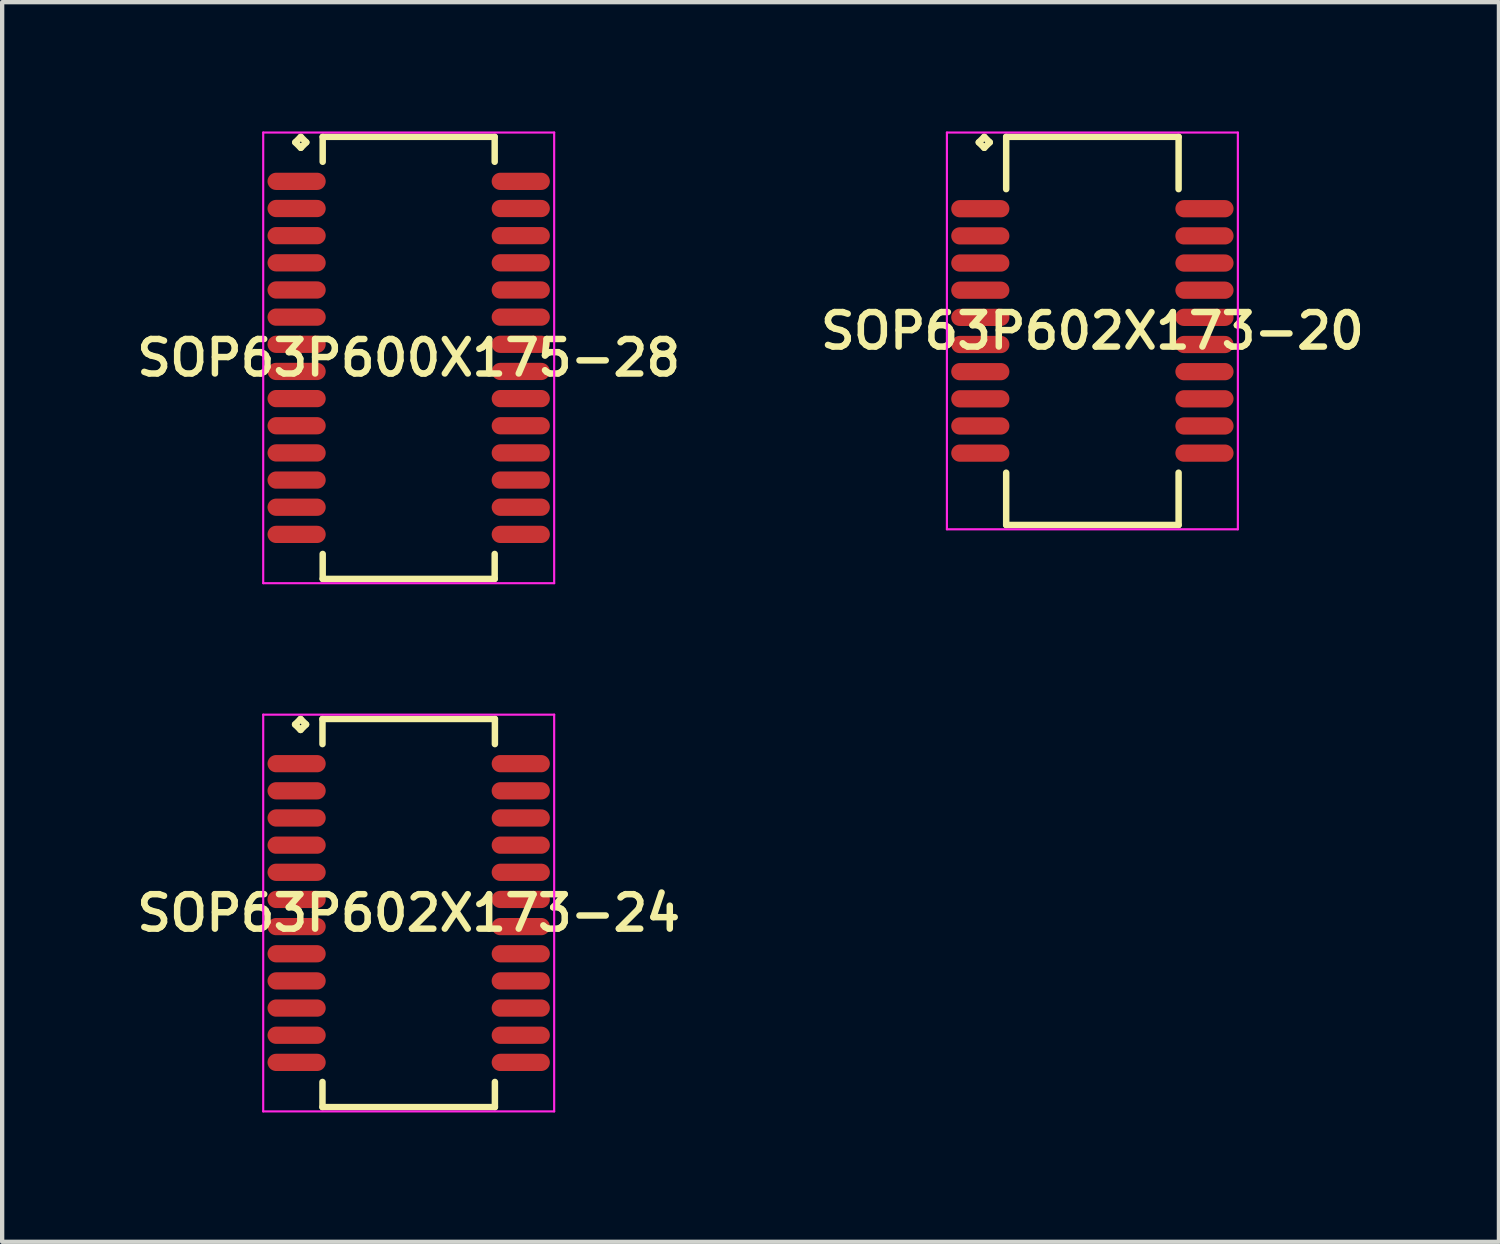
<source format=kicad_pcb>
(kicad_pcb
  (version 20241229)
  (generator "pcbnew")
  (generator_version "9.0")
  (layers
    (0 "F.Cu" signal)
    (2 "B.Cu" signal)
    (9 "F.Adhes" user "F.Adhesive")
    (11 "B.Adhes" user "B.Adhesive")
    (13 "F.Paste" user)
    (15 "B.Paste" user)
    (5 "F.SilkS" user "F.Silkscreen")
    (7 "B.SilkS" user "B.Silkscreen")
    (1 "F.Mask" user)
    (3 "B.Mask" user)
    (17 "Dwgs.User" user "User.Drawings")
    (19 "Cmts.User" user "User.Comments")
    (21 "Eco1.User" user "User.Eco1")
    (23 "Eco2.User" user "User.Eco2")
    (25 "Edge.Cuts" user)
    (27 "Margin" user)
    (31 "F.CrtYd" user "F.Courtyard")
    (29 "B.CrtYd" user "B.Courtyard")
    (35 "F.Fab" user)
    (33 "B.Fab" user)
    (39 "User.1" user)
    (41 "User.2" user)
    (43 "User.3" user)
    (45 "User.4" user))
  (footprint "SOP63P602X173-20"
    (layer "F.Cu")
    (at 22.292 4.627)
    (property "Reference" "SOP63P602X173-20" (at 0 0 0) (layer "F.SilkS") (effects (font (size 0.8 0.8) (thickness 0.15))))
    (attr smd)
    (fp_line (start -2.635 -4.375) (end -2.508 -4.502) (stroke (width 0.15) (type solid)) (layer "F.SilkS"))
    (fp_line (start -2.508 -4.502) (end -2.381 -4.375) (stroke (width 0.15) (type solid)) (layer "F.SilkS"))
    (fp_line (start -2.508 -4.248) (end -2.635 -4.375) (stroke (width 0.15) (type solid)) (layer "F.SilkS"))
    (fp_line (start -2.381 -4.375) (end -2.508 -4.248) (stroke (width 0.15) (type solid)) (layer "F.SilkS"))
    (fp_line (start -2 -4.502) (end 2 -4.502) (stroke (width 0.15) (type solid)) (layer "F.SilkS"))
    (fp_line (start -2 -3.289) (end -2 -4.502) (stroke (width 0.15) (type solid)) (layer "F.SilkS"))
    (fp_line (start -2 3.289) (end -2 4.502) (stroke (width 0.15) (type solid)) (layer "F.SilkS"))
    (fp_line (start -2 4.502) (end 2 4.502) (stroke (width 0.15) (type solid)) (layer "F.SilkS"))
    (fp_line (start 2 -4.502) (end 2 -3.289) (stroke (width 0.15) (type solid)) (layer "F.SilkS"))
    (fp_line (start 2 4.502) (end 2 3.289) (stroke (width 0.15) (type solid)) (layer "F.SilkS"))
    (fp_line (start -3.375 -4.602) (end 3.375 -4.602) (stroke (width 0.05) (type solid)) (layer "F.CrtYd"))
    (fp_line (start -3.375 4.602) (end -3.375 -4.602) (stroke (width 0.05) (type solid)) (layer "F.CrtYd"))
    (fp_line (start 3.375 -4.602) (end 3.375 4.602) (stroke (width 0.05) (type solid)) (layer "F.CrtYd"))
    (fp_line (start 3.375 4.602) (end -3.375 4.602) (stroke (width 0.05) (type solid)) (layer "F.CrtYd"))
    (pad "1" smd oval (at -2.6 -2.835) (size 1.35 0.4) (layers "F.Cu" "F.Mask" "F.Paste"))
    (pad "2" smd oval (at -2.6 -2.205) (size 1.35 0.4) (layers "F.Cu" "F.Mask" "F.Paste"))
    (pad "3" smd oval (at -2.6 -1.575) (size 1.35 0.4) (layers "F.Cu" "F.Mask" "F.Paste"))
    (pad "4" smd oval (at -2.6 -0.945) (size 1.35 0.4) (layers "F.Cu" "F.Mask" "F.Paste"))
    (pad "5" smd oval (at -2.6 -0.315) (size 1.35 0.4) (layers "F.Cu" "F.Mask" "F.Paste"))
    (pad "6" smd oval (at -2.6 0.315) (size 1.35 0.4) (layers "F.Cu" "F.Mask" "F.Paste"))
    (pad "7" smd oval (at -2.6 0.945) (size 1.35 0.4) (layers "F.Cu" "F.Mask" "F.Paste"))
    (pad "8" smd oval (at -2.6 1.575) (size 1.35 0.4) (layers "F.Cu" "F.Mask" "F.Paste"))
    (pad "9" smd oval (at -2.6 2.205) (size 1.35 0.4) (layers "F.Cu" "F.Mask" "F.Paste"))
    (pad "10" smd oval (at -2.6 2.835) (size 1.35 0.4) (layers "F.Cu" "F.Mask" "F.Paste"))
    (pad "11" smd oval (at 2.6 2.835) (size 1.35 0.4) (layers "F.Cu" "F.Mask" "F.Paste"))
    (pad "12" smd oval (at 2.6 2.205) (size 1.35 0.4) (layers "F.Cu" "F.Mask" "F.Paste"))
    (pad "13" smd oval (at 2.6 1.575) (size 1.35 0.4) (layers "F.Cu" "F.Mask" "F.Paste"))
    (pad "14" smd oval (at 2.6 0.945) (size 1.35 0.4) (layers "F.Cu" "F.Mask" "F.Paste"))
    (pad "15" smd oval (at 2.6 0.315) (size 1.35 0.4) (layers "F.Cu" "F.Mask" "F.Paste"))
    (pad "16" smd oval (at 2.6 -0.315) (size 1.35 0.4) (layers "F.Cu" "F.Mask" "F.Paste"))
    (pad "17" smd oval (at 2.6 -0.945) (size 1.35 0.4) (layers "F.Cu" "F.Mask" "F.Paste"))
    (pad "18" smd oval (at 2.6 -1.575) (size 1.35 0.4) (layers "F.Cu" "F.Mask" "F.Paste"))
    (pad "19" smd oval (at 2.6 -2.205) (size 1.35 0.4) (layers "F.Cu" "F.Mask" "F.Paste"))
    (pad "20" smd oval (at 2.6 -2.835) (size 1.35 0.4) (layers "F.Cu" "F.Mask" "F.Paste")))
  (footprint "SOP63P602X173-24"
    (layer "F.Cu")
    (at 6.431 18.131)
    (property "Reference" "SOP63P602X173-24" (at 0 0 0) (layer "F.SilkS") (effects (font (size 0.8 0.8) (thickness 0.15))))
    (attr smd)
    (fp_line (start -2.635 -4.375) (end -2.508 -4.502) (stroke (width 0.15) (type solid)) (layer "F.SilkS"))
    (fp_line (start -2.508 -4.502) (end -2.381 -4.375) (stroke (width 0.15) (type solid)) (layer "F.SilkS"))
    (fp_line (start -2.508 -4.248) (end -2.635 -4.375) (stroke (width 0.15) (type solid)) (layer "F.SilkS"))
    (fp_line (start -2.381 -4.375) (end -2.508 -4.248) (stroke (width 0.15) (type solid)) (layer "F.SilkS"))
    (fp_line (start -2 -4.502) (end 2 -4.502) (stroke (width 0.15) (type solid)) (layer "F.SilkS"))
    (fp_line (start -2 -3.919) (end -2 -4.502) (stroke (width 0.15) (type solid)) (layer "F.SilkS"))
    (fp_line (start -2 3.919) (end -2 4.502) (stroke (width 0.15) (type solid)) (layer "F.SilkS"))
    (fp_line (start -2 4.502) (end 2 4.502) (stroke (width 0.15) (type solid)) (layer "F.SilkS"))
    (fp_line (start 2 -4.502) (end 2 -3.919) (stroke (width 0.15) (type solid)) (layer "F.SilkS"))
    (fp_line (start 2 4.502) (end 2 3.919) (stroke (width 0.15) (type solid)) (layer "F.SilkS"))
    (fp_line (start -3.375 -4.602) (end 3.375 -4.602) (stroke (width 0.05) (type solid)) (layer "F.CrtYd"))
    (fp_line (start -3.375 4.602) (end -3.375 -4.602) (stroke (width 0.05) (type solid)) (layer "F.CrtYd"))
    (fp_line (start 3.375 -4.602) (end 3.375 4.602) (stroke (width 0.05) (type solid)) (layer "F.CrtYd"))
    (fp_line (start 3.375 4.602) (end -3.375 4.602) (stroke (width 0.05) (type solid)) (layer "F.CrtYd"))
    (pad "1" smd oval (at -2.6 -3.465) (size 1.35 0.4) (layers "F.Cu" "F.Mask" "F.Paste"))
    (pad "2" smd oval (at -2.6 -2.835) (size 1.35 0.4) (layers "F.Cu" "F.Mask" "F.Paste"))
    (pad "3" smd oval (at -2.6 -2.205) (size 1.35 0.4) (layers "F.Cu" "F.Mask" "F.Paste"))
    (pad "4" smd oval (at -2.6 -1.575) (size 1.35 0.4) (layers "F.Cu" "F.Mask" "F.Paste"))
    (pad "5" smd oval (at -2.6 -0.945) (size 1.35 0.4) (layers "F.Cu" "F.Mask" "F.Paste"))
    (pad "6" smd oval (at -2.6 -0.315) (size 1.35 0.4) (layers "F.Cu" "F.Mask" "F.Paste"))
    (pad "7" smd oval (at -2.6 0.315) (size 1.35 0.4) (layers "F.Cu" "F.Mask" "F.Paste"))
    (pad "8" smd oval (at -2.6 0.945) (size 1.35 0.4) (layers "F.Cu" "F.Mask" "F.Paste"))
    (pad "9" smd oval (at -2.6 1.575) (size 1.35 0.4) (layers "F.Cu" "F.Mask" "F.Paste"))
    (pad "10" smd oval (at -2.6 2.205) (size 1.35 0.4) (layers "F.Cu" "F.Mask" "F.Paste"))
    (pad "11" smd oval (at -2.6 2.835) (size 1.35 0.4) (layers "F.Cu" "F.Mask" "F.Paste"))
    (pad "12" smd oval (at -2.6 3.465) (size 1.35 0.4) (layers "F.Cu" "F.Mask" "F.Paste"))
    (pad "13" smd oval (at 2.6 3.465) (size 1.35 0.4) (layers "F.Cu" "F.Mask" "F.Paste"))
    (pad "14" smd oval (at 2.6 2.835) (size 1.35 0.4) (layers "F.Cu" "F.Mask" "F.Paste"))
    (pad "15" smd oval (at 2.6 2.205) (size 1.35 0.4) (layers "F.Cu" "F.Mask" "F.Paste"))
    (pad "16" smd oval (at 2.6 1.575) (size 1.35 0.4) (layers "F.Cu" "F.Mask" "F.Paste"))
    (pad "17" smd oval (at 2.6 0.945) (size 1.35 0.4) (layers "F.Cu" "F.Mask" "F.Paste"))
    (pad "18" smd oval (at 2.6 0.315) (size 1.35 0.4) (layers "F.Cu" "F.Mask" "F.Paste"))
    (pad "19" smd oval (at 2.6 -0.315) (size 1.35 0.4) (layers "F.Cu" "F.Mask" "F.Paste"))
    (pad "20" smd oval (at 2.6 -0.945) (size 1.35 0.4) (layers "F.Cu" "F.Mask" "F.Paste"))
    (pad "21" smd oval (at 2.6 -1.575) (size 1.35 0.4) (layers "F.Cu" "F.Mask" "F.Paste"))
    (pad "22" smd oval (at 2.6 -2.205) (size 1.35 0.4) (layers "F.Cu" "F.Mask" "F.Paste"))
    (pad "23" smd oval (at 2.6 -2.835) (size 1.35 0.4) (layers "F.Cu" "F.Mask" "F.Paste"))
    (pad "24" smd oval (at 2.6 -3.465) (size 1.35 0.4) (layers "F.Cu" "F.Mask" "F.Paste")))
  (footprint "SOP63P600X175-28"
    (layer "F.Cu")
    (at 6.431 5.252)
    (property "Reference" "SOP63P600X175-28" (at 0 0 0) (layer "F.SilkS") (effects (font (size 0.8 0.8) (thickness 0.15))))
    (attr smd)
    (fp_line (start -2.63 -5) (end -2.503 -5.127) (stroke (width 0.15) (type solid)) (layer "F.SilkS"))
    (fp_line (start -2.503 -5.127) (end -2.376 -5) (stroke (width 0.15) (type solid)) (layer "F.SilkS"))
    (fp_line (start -2.503 -4.873) (end -2.63 -5) (stroke (width 0.15) (type solid)) (layer "F.SilkS"))
    (fp_line (start -2.376 -5) (end -2.503 -4.873) (stroke (width 0.15) (type solid)) (layer "F.SilkS"))
    (fp_line (start -1.995 -5.127) (end 1.995 -5.127) (stroke (width 0.15) (type solid)) (layer "F.SilkS"))
    (fp_line (start -1.995 -4.549) (end -1.995 -5.127) (stroke (width 0.15) (type solid)) (layer "F.SilkS"))
    (fp_line (start -1.995 4.549) (end -1.995 5.127) (stroke (width 0.15) (type solid)) (layer "F.SilkS"))
    (fp_line (start -1.995 5.127) (end 1.995 5.127) (stroke (width 0.15) (type solid)) (layer "F.SilkS"))
    (fp_line (start 1.995 -5.127) (end 1.995 -4.549) (stroke (width 0.15) (type solid)) (layer "F.SilkS"))
    (fp_line (start 1.995 5.127) (end 1.995 4.549) (stroke (width 0.15) (type solid)) (layer "F.SilkS"))
    (fp_line (start -3.375 -5.227) (end 3.375 -5.227) (stroke (width 0.05) (type solid)) (layer "F.CrtYd"))
    (fp_line (start -3.375 5.227) (end -3.375 -5.227) (stroke (width 0.05) (type solid)) (layer "F.CrtYd"))
    (fp_line (start 3.375 -5.227) (end 3.375 5.227) (stroke (width 0.05) (type solid)) (layer "F.CrtYd"))
    (fp_line (start 3.375 5.227) (end -3.375 5.227) (stroke (width 0.05) (type solid)) (layer "F.CrtYd"))
    (pad "1" smd oval (at -2.6 -4.095) (size 1.35 0.4) (layers "F.Cu" "F.Mask" "F.Paste"))
    (pad "2" smd oval (at -2.6 -3.465) (size 1.35 0.4) (layers "F.Cu" "F.Mask" "F.Paste"))
    (pad "3" smd oval (at -2.6 -2.835) (size 1.35 0.4) (layers "F.Cu" "F.Mask" "F.Paste"))
    (pad "4" smd oval (at -2.6 -2.205) (size 1.35 0.4) (layers "F.Cu" "F.Mask" "F.Paste"))
    (pad "5" smd oval (at -2.6 -1.575) (size 1.35 0.4) (layers "F.Cu" "F.Mask" "F.Paste"))
    (pad "6" smd oval (at -2.6 -0.945) (size 1.35 0.4) (layers "F.Cu" "F.Mask" "F.Paste"))
    (pad "7" smd oval (at -2.6 -0.315) (size 1.35 0.4) (layers "F.Cu" "F.Mask" "F.Paste"))
    (pad "8" smd oval (at -2.6 0.315) (size 1.35 0.4) (layers "F.Cu" "F.Mask" "F.Paste"))
    (pad "9" smd oval (at -2.6 0.945) (size 1.35 0.4) (layers "F.Cu" "F.Mask" "F.Paste"))
    (pad "10" smd oval (at -2.6 1.575) (size 1.35 0.4) (layers "F.Cu" "F.Mask" "F.Paste"))
    (pad "11" smd oval (at -2.6 2.205) (size 1.35 0.4) (layers "F.Cu" "F.Mask" "F.Paste"))
    (pad "12" smd oval (at -2.6 2.835) (size 1.35 0.4) (layers "F.Cu" "F.Mask" "F.Paste"))
    (pad "13" smd oval (at -2.6 3.465) (size 1.35 0.4) (layers "F.Cu" "F.Mask" "F.Paste"))
    (pad "14" smd oval (at -2.6 4.095) (size 1.35 0.4) (layers "F.Cu" "F.Mask" "F.Paste"))
    (pad "15" smd oval (at 2.6 4.095) (size 1.35 0.4) (layers "F.Cu" "F.Mask" "F.Paste"))
    (pad "16" smd oval (at 2.6 3.465) (size 1.35 0.4) (layers "F.Cu" "F.Mask" "F.Paste"))
    (pad "17" smd oval (at 2.6 2.835) (size 1.35 0.4) (layers "F.Cu" "F.Mask" "F.Paste"))
    (pad "18" smd oval (at 2.6 2.205) (size 1.35 0.4) (layers "F.Cu" "F.Mask" "F.Paste"))
    (pad "19" smd oval (at 2.6 1.575) (size 1.35 0.4) (layers "F.Cu" "F.Mask" "F.Paste"))
    (pad "20" smd oval (at 2.6 0.945) (size 1.35 0.4) (layers "F.Cu" "F.Mask" "F.Paste"))
    (pad "21" smd oval (at 2.6 0.315) (size 1.35 0.4) (layers "F.Cu" "F.Mask" "F.Paste"))
    (pad "22" smd oval (at 2.6 -0.315) (size 1.35 0.4) (layers "F.Cu" "F.Mask" "F.Paste"))
    (pad "23" smd oval (at 2.6 -0.945) (size 1.35 0.4) (layers "F.Cu" "F.Mask" "F.Paste"))
    (pad "24" smd oval (at 2.6 -1.575) (size 1.35 0.4) (layers "F.Cu" "F.Mask" "F.Paste"))
    (pad "25" smd oval (at 2.6 -2.205) (size 1.35 0.4) (layers "F.Cu" "F.Mask" "F.Paste"))
    (pad "26" smd oval (at 2.6 -2.835) (size 1.35 0.4) (layers "F.Cu" "F.Mask" "F.Paste"))
    (pad "27" smd oval (at 2.6 -3.465) (size 1.35 0.4) (layers "F.Cu" "F.Mask" "F.Paste"))
    (pad "28" smd oval (at 2.6 -4.095) (size 1.35 0.4) (layers "F.Cu" "F.Mask" "F.Paste")))
  (gr_rect
    (start -3 -3)
    (end 31.723 25.758)
    (stroke (width 0.1) (type default))
    (fill no)
    (layer "Edge.Cuts")))
</source>
